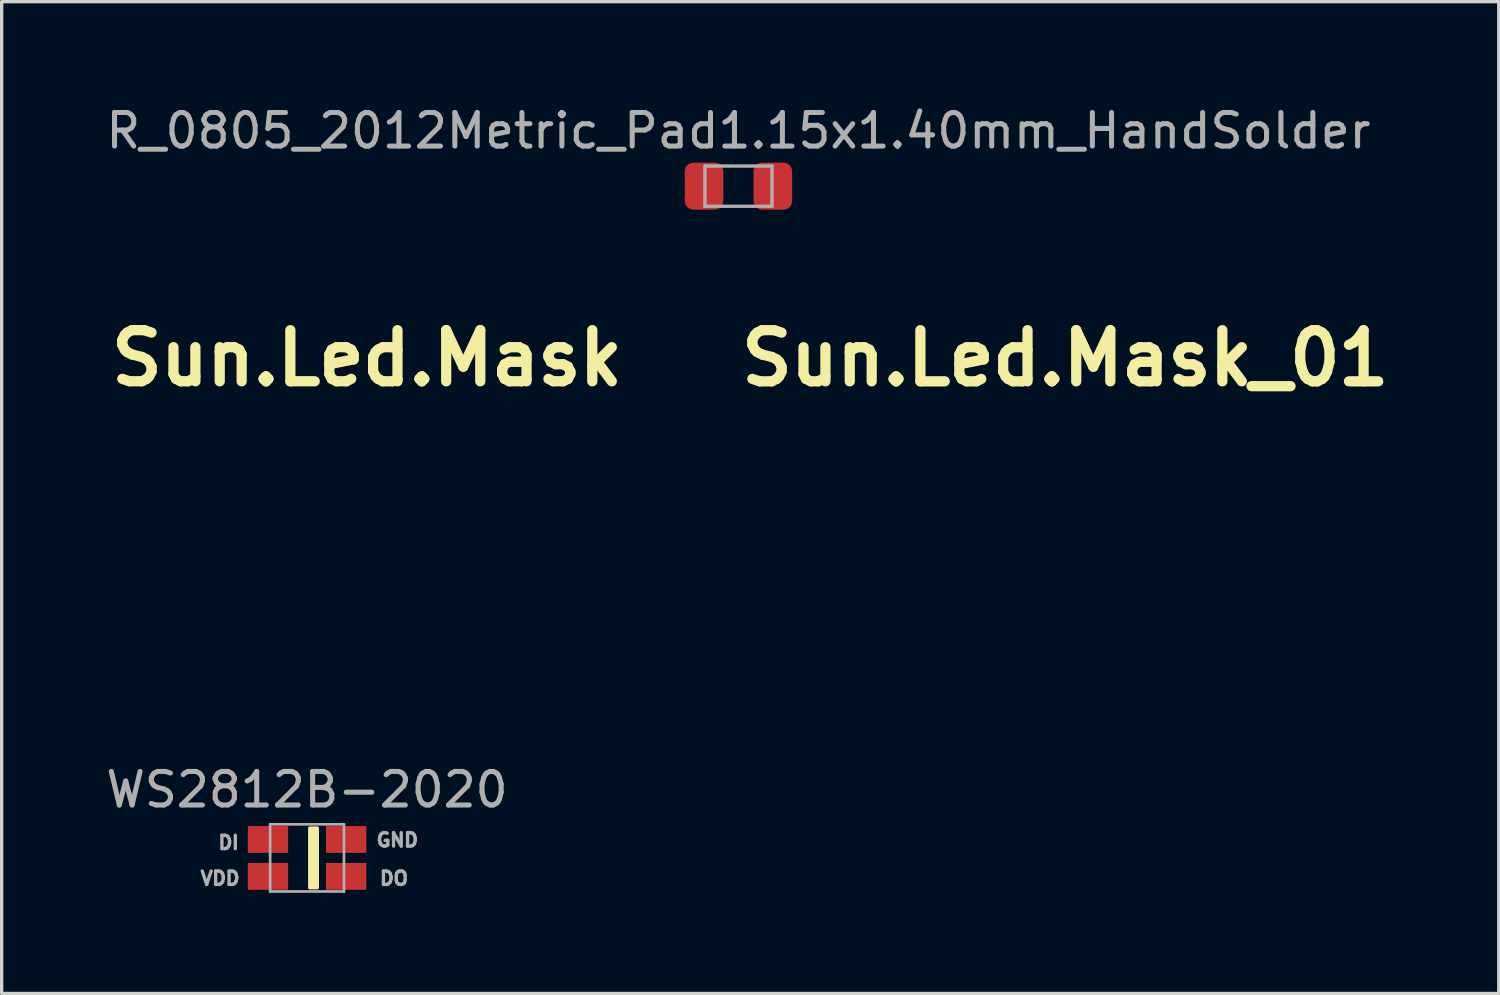
<source format=kicad_pcb>
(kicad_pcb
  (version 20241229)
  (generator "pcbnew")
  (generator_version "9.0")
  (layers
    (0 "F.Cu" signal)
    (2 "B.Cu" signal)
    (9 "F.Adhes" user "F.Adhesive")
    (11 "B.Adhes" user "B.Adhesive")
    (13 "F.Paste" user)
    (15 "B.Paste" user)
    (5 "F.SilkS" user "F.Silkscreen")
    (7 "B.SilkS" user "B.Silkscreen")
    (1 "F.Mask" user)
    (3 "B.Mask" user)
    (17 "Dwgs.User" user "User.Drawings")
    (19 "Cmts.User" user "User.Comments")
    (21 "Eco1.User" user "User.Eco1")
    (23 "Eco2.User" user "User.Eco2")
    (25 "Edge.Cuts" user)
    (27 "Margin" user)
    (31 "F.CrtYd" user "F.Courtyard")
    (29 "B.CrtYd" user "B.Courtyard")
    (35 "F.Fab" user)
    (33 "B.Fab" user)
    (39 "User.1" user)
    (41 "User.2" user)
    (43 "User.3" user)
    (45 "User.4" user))
  (footprint "WS2812B-2020"
    (layer "F.Cu")
    (at 6.101 22.518)
    (property "Reference" "WS2812B-2020" (at 0 -2.032 0) (layer "F.Fab") (effects (font (size 1 1) (thickness 0.15))))
    (attr through_hole)
    (fp_poly (pts (xy 0.081 -0.889) (xy 0.305 -0.889) (xy 0.305 0.889) (xy 0.081 0.889)) (stroke (width 0.1) (type solid)) (fill yes) (layer "F.SilkS"))
    (fp_line (start -1.1 1) (end -1.1 -1) (stroke (width 0.08) (type solid)) (layer "F.Fab"))
    (fp_line (start 1.1 -1) (end -1.1 -1) (stroke (width 0.08) (type solid)) (layer "F.Fab"))
    (fp_line (start 1.1 1) (end -1.1 1) (stroke (width 0.08) (type solid)) (layer "F.Fab"))
    (fp_line (start 1.1 1) (end 1.1 -1) (stroke (width 0.08) (type solid)) (layer "F.Fab"))
    (fp_text user "GND" (at 2.692 -0.533 0) (layer "F.Fab") (effects (font (size 0.4 0.4) (thickness 0.1))))
    (fp_text user "DO" (at 2.591 0.61 0) (layer "F.Fab") (effects (font (size 0.4 0.4) (thickness 0.1))))
    (fp_text user "DI" (at -2.337 -0.457 0) (layer "F.Fab") (effects (font (size 0.4 0.4) (thickness 0.1))))
    (fp_text user "VDD" (at -2.591 0.61 0) (layer "F.Fab") (effects (font (size 0.4 0.4) (thickness 0.1))))
    (pad "1" smd rect (at 1.165 0.55) (size 1.2 0.8) (layers "F.Cu" "F.Mask" "F.Paste"))
    (pad "2" smd rect (at 1.165 -0.55) (size 1.2 0.8) (layers "F.Cu" "F.Mask" "F.Paste"))
    (pad "3" smd rect (at -1.165 -0.55) (size 1.2 0.8) (layers "F.Cu" "F.Mask" "F.Paste"))
    (pad "4" smd rect (at -1.165 0.55) (size 1.2 0.8) (layers "F.Cu" "F.Mask" "F.Paste")))
  (footprint "R_0805_2012Metric_Pad1.15x1.40mm_HandSolder"
    (layer "F.Cu")
    (at 18.958 2.498)
    (property "Reference" "R_0805_2012Metric_Pad1.15x1.40mm_HandSolder" (at 0 -1.65 0) (layer "F.Fab") (effects (font (size 1 1) (thickness 0.15))))
    (attr smd)
    (fp_line (start -1 -0.6) (end 1 -0.6) (stroke (width 0.1) (type solid)) (layer "F.Fab"))
    (fp_line (start -1 0.6) (end -1 -0.6) (stroke (width 0.1) (type solid)) (layer "F.Fab"))
    (fp_line (start 1 -0.6) (end 1 0.6) (stroke (width 0.1) (type solid)) (layer "F.Fab"))
    (fp_line (start 1 0.6) (end -1 0.6) (stroke (width 0.1) (type solid)) (layer "F.Fab"))
    (pad "1" smd roundrect (at -1.025 0) (size 1.15 1.4) (layers "F.Cu" "F.Mask" "F.Paste") (roundrect_rratio 0.217))
    (pad "2" smd roundrect (at 1.025 0) (size 1.15 1.4) (layers "F.Cu" "F.Mask" "F.Paste") (roundrect_rratio 0.217)))
  (footprint "Sun.Led.Mask"
    (layer "F.Cu")
    (at 7.889 13.465)
    (property "Reference" "Sun.Led.Mask" (at 0 -5.841 0) (layer "F.SilkS") (effects (font (size 1.524 1.524) (thickness 0.305))))
    (attr smd)
    (fp_poly (pts (xy 0.669 -2.709) (xy 0.943 -2.627) (xy 1.201 -2.519) (xy 1.444 -2.389) (xy 1.671 -2.236) (xy 1.879 -2.064) (xy 2.069 -1.873) (xy 2.239 -1.666) (xy 2.388 -1.444) (xy 2.515 -1.208) (xy 2.62 -0.962) (xy 2.701 -0.705) (xy 2.756 -0.44) (xy 2.786 -0.169) (xy 2.789 0.107) (xy 2.764 0.386) (xy 2.71 0.666) (xy 2.628 0.939) (xy 2.521 1.198) (xy 2.39 1.441) (xy 2.238 1.668) (xy 2.066 1.876) (xy 1.876 2.066) (xy 1.669 2.237) (xy 1.447 2.386) (xy 1.212 2.514) (xy 0.965 2.619) (xy 0.709 2.7) (xy 0.444 2.756) (xy 0.173 2.786) (xy -0.103 2.789) (xy -0.382 2.765) (xy -0.662 2.711) (xy -0.936 2.629) (xy -1.195 2.523) (xy -1.438 2.392) (xy -1.665 2.241) (xy -1.874 2.069) (xy -2.064 1.879) (xy -2.234 1.672) (xy -2.384 1.45) (xy -2.512 1.215) (xy -2.617 0.969) (xy -2.699 0.712) (xy -2.755 0.448) (xy -2.786 0.176) (xy -2.789 -0.099) (xy -2.765 -0.378) (xy -2.712 -0.659) (xy -2.63 -0.932) (xy -2.524 -1.191) (xy -2.394 -1.435) (xy -2.243 -1.662) (xy -2.071 -1.871) (xy -1.881 -2.061) (xy -1.675 -2.232) (xy -1.453 -2.382) (xy -1.218 -2.511) (xy -0.972 -2.616) (xy -0.716 -2.698) (xy -0.451 -2.755) (xy -0.18 -2.785) (xy 0.096 -2.789) (xy 0.375 -2.766) (xy 0.655 -2.713) (xy 0.669 -2.709)) (stroke (width 0.766) (type solid)) (fill yes) (layer "F.Mask")))
  (footprint "Sun.Led.Mask_01"
    (layer "F.Cu")
    (at 28.698 12.069)
    (property "Reference" "Sun.Led.Mask_01" (at 0 -4.444 0) (layer "F.SilkS") (effects (font (size 1.524 1.524) (thickness 0.305))))
    (attr smd)
    (fp_poly (pts (xy 0.335 -1.355) (xy 0.471 -1.313) (xy 0.601 -1.26) (xy 0.722 -1.194) (xy 0.835 -1.118) (xy 0.94 -1.032) (xy 1.034 -0.937) (xy 1.119 -0.833) (xy 1.194 -0.722) (xy 1.258 -0.604) (xy 1.31 -0.481) (xy 1.35 -0.353) (xy 1.378 -0.22) (xy 1.393 -0.085) (xy 1.395 0.053) (xy 1.382 0.193) (xy 1.355 0.333) (xy 1.314 0.47) (xy 1.26 0.599) (xy 1.195 0.721) (xy 1.119 0.834) (xy 1.033 0.938) (xy 0.938 1.033) (xy 0.834 1.118) (xy 0.723 1.193) (xy 0.606 1.257) (xy 0.483 1.309) (xy 0.354 1.35) (xy 0.222 1.378) (xy 0.086 1.393) (xy -0.052 1.395) (xy -0.191 1.382) (xy -0.331 1.355) (xy -0.468 1.315) (xy -0.597 1.261) (xy -0.719 1.196) (xy -0.832 1.12) (xy -0.937 1.034) (xy -1.032 0.939) (xy -1.117 0.836) (xy -1.192 0.725) (xy -1.256 0.608) (xy -1.309 0.484) (xy -1.349 0.356) (xy -1.378 0.224) (xy -1.393 0.088) (xy -1.395 -0.05) (xy -1.382 -0.189) (xy -1.356 -0.329) (xy -1.315 -0.466) (xy -1.262 -0.596) (xy -1.197 -0.717) (xy -1.121 -0.831) (xy -1.036 -0.935) (xy -0.941 -1.031) (xy -0.837 -1.116) (xy -0.727 -1.191) (xy -0.609 -1.255) (xy -0.486 -1.308) (xy -0.358 -1.349) (xy -0.226 -1.377) (xy -0.09 -1.393) (xy 0.048 -1.395) (xy 0.187 -1.383) (xy 0.328 -1.356) (xy 0.335 -1.355)) (stroke (width 0.383) (type solid)) (fill yes) (layer "F.Mask")))
  (gr_rect
    (start -3 -3)
    (end 41.618 26.558)
    (stroke (width 0.1) (type default))
    (fill no)
    (layer "Edge.Cuts")))
</source>
